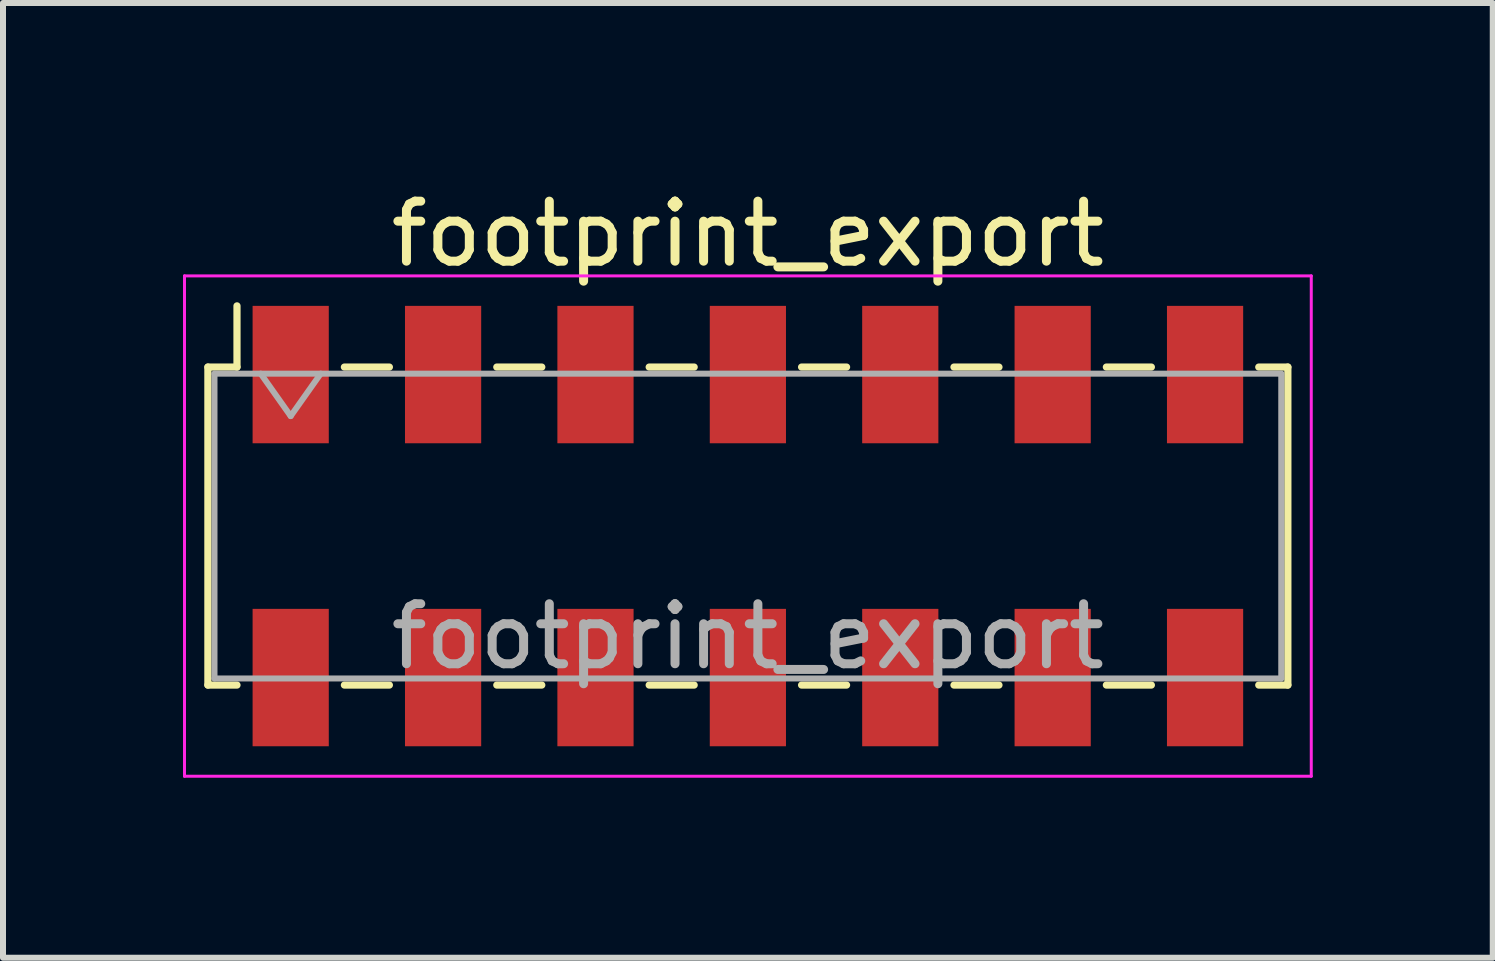
<source format=kicad_pcb>
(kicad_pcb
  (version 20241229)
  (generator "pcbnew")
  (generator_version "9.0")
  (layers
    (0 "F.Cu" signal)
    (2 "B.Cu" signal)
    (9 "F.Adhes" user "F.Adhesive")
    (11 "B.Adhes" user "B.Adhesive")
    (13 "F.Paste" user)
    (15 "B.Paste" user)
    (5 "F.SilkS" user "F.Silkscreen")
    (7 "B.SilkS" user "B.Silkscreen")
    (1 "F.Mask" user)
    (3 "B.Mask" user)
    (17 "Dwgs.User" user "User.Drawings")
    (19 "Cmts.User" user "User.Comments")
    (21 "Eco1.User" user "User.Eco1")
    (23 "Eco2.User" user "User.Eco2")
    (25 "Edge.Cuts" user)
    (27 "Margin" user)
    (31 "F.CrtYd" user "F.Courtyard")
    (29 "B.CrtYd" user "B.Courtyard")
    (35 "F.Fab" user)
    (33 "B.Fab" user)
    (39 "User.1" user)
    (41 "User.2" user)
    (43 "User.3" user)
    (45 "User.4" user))
  (footprint "footprint_export"
    (layer "F.Cu")
    (at 9.415 5.718)
    (property "Reference" "footprint_export" (at 0 -4.87 0) (layer "F.SilkS") (effects (font (size 1 1) (thickness 0.15))))
    (attr smd)
    (fp_line (start -9 -2.65) (end -9 2.65) (stroke (width 0.12) (type solid)) (layer "F.SilkS"))
    (fp_line (start -9 2.65) (end -8.515 2.65) (stroke (width 0.12) (type solid)) (layer "F.SilkS"))
    (fp_line (start -8.515 -3.67) (end -8.515 -2.65) (stroke (width 0.12) (type solid)) (layer "F.SilkS"))
    (fp_line (start -8.515 -2.65) (end -9 -2.65) (stroke (width 0.12) (type solid)) (layer "F.SilkS"))
    (fp_line (start -6.725 -2.65) (end -5.975 -2.65) (stroke (width 0.12) (type solid)) (layer "F.SilkS"))
    (fp_line (start -6.725 2.65) (end -5.975 2.65) (stroke (width 0.12) (type solid)) (layer "F.SilkS"))
    (fp_line (start -4.185 -2.65) (end -3.435 -2.65) (stroke (width 0.12) (type solid)) (layer "F.SilkS"))
    (fp_line (start -4.185 2.65) (end -3.435 2.65) (stroke (width 0.12) (type solid)) (layer "F.SilkS"))
    (fp_line (start -1.645 -2.65) (end -0.895 -2.65) (stroke (width 0.12) (type solid)) (layer "F.SilkS"))
    (fp_line (start -1.645 2.65) (end -0.895 2.65) (stroke (width 0.12) (type solid)) (layer "F.SilkS"))
    (fp_line (start 0.895 -2.65) (end 1.645 -2.65) (stroke (width 0.12) (type solid)) (layer "F.SilkS"))
    (fp_line (start 0.895 2.65) (end 1.645 2.65) (stroke (width 0.12) (type solid)) (layer "F.SilkS"))
    (fp_line (start 3.435 -2.65) (end 4.185 -2.65) (stroke (width 0.12) (type solid)) (layer "F.SilkS"))
    (fp_line (start 3.435 2.65) (end 4.185 2.65) (stroke (width 0.12) (type solid)) (layer "F.SilkS"))
    (fp_line (start 5.975 -2.65) (end 6.725 -2.65) (stroke (width 0.12) (type solid)) (layer "F.SilkS"))
    (fp_line (start 5.975 2.65) (end 6.725 2.65) (stroke (width 0.12) (type solid)) (layer "F.SilkS"))
    (fp_line (start 8.515 -2.65) (end 9 -2.65) (stroke (width 0.12) (type solid)) (layer "F.SilkS"))
    (fp_line (start 9 -2.65) (end 9 2.65) (stroke (width 0.12) (type solid)) (layer "F.SilkS"))
    (fp_line (start 9 2.65) (end 8.515 2.65) (stroke (width 0.12) (type solid)) (layer "F.SilkS"))
    (fp_line (start -9.39 -4.17) (end 9.39 -4.17) (stroke (width 0.05) (type solid)) (layer "F.CrtYd"))
    (fp_line (start -9.39 4.17) (end -9.39 -4.17) (stroke (width 0.05) (type solid)) (layer "F.CrtYd"))
    (fp_line (start 9.39 -4.17) (end 9.39 4.17) (stroke (width 0.05) (type solid)) (layer "F.CrtYd"))
    (fp_line (start 9.39 4.17) (end -9.39 4.17) (stroke (width 0.05) (type solid)) (layer "F.CrtYd"))
    (fp_line (start -8.89 -2.54) (end 8.89 -2.54) (stroke (width 0.1) (type solid)) (layer "F.Fab"))
    (fp_line (start -8.89 2.54) (end -8.89 -2.54) (stroke (width 0.1) (type solid)) (layer "F.Fab"))
    (fp_line (start -8.12 -2.54) (end -7.62 -1.833) (stroke (width 0.1) (type solid)) (layer "F.Fab"))
    (fp_line (start -7.62 -1.833) (end -7.12 -2.54) (stroke (width 0.1) (type solid)) (layer "F.Fab"))
    (fp_line (start 8.89 -2.54) (end 8.89 2.54) (stroke (width 0.1) (type solid)) (layer "F.Fab"))
    (fp_line (start 8.89 2.54) (end -8.89 2.54) (stroke (width 0.1) (type solid)) (layer "F.Fab"))
    (fp_text user "${REFERENCE}" (at 0 1.84 0) (layer "F.Fab") (effects (font (size 1 1) (thickness 0.15))))
    (pad "1" smd rect (at -7.62 -2.525) (size 1.27 2.29) (layers "F.Cu" "F.Mask" "F.Paste"))
    (pad "2" smd rect (at -7.62 2.525) (size 1.27 2.29) (layers "F.Cu" "F.Mask" "F.Paste"))
    (pad "3" smd rect (at -5.08 -2.525) (size 1.27 2.29) (layers "F.Cu" "F.Mask" "F.Paste"))
    (pad "4" smd rect (at -5.08 2.525) (size 1.27 2.29) (layers "F.Cu" "F.Mask" "F.Paste"))
    (pad "5" smd rect (at -2.54 -2.525) (size 1.27 2.29) (layers "F.Cu" "F.Mask" "F.Paste"))
    (pad "6" smd rect (at -2.54 2.525) (size 1.27 2.29) (layers "F.Cu" "F.Mask" "F.Paste"))
    (pad "7" smd rect (at 0 -2.525) (size 1.27 2.29) (layers "F.Cu" "F.Mask" "F.Paste"))
    (pad "8" smd rect (at 0 2.525) (size 1.27 2.29) (layers "F.Cu" "F.Mask" "F.Paste"))
    (pad "9" smd rect (at 2.54 -2.525) (size 1.27 2.29) (layers "F.Cu" "F.Mask" "F.Paste"))
    (pad "10" smd rect (at 2.54 2.525) (size 1.27 2.29) (layers "F.Cu" "F.Mask" "F.Paste"))
    (pad "11" smd rect (at 5.08 -2.525) (size 1.27 2.29) (layers "F.Cu" "F.Mask" "F.Paste"))
    (pad "12" smd rect (at 5.08 2.525) (size 1.27 2.29) (layers "F.Cu" "F.Mask" "F.Paste"))
    (pad "13" smd rect (at 7.62 -2.525) (size 1.27 2.29) (layers "F.Cu" "F.Mask" "F.Paste"))
    (pad "14" smd rect (at 7.62 2.525) (size 1.27 2.29) (layers "F.Cu" "F.Mask" "F.Paste")))
  (gr_rect
    (start -3 -3)
    (end 21.83 12.913)
    (stroke (width 0.1) (type default))
    (fill no)
    (layer "Edge.Cuts")))
</source>
